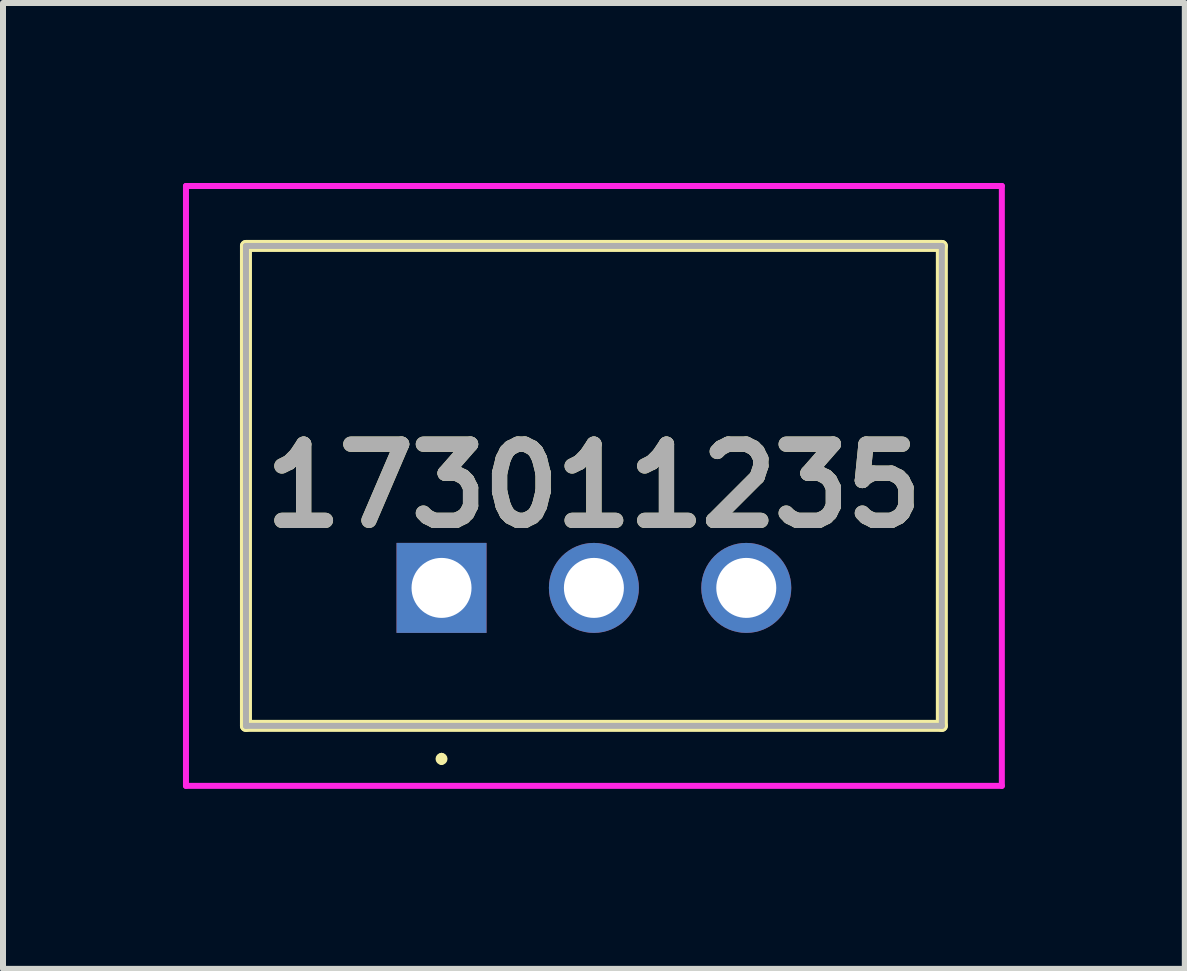
<source format=kicad_pcb>
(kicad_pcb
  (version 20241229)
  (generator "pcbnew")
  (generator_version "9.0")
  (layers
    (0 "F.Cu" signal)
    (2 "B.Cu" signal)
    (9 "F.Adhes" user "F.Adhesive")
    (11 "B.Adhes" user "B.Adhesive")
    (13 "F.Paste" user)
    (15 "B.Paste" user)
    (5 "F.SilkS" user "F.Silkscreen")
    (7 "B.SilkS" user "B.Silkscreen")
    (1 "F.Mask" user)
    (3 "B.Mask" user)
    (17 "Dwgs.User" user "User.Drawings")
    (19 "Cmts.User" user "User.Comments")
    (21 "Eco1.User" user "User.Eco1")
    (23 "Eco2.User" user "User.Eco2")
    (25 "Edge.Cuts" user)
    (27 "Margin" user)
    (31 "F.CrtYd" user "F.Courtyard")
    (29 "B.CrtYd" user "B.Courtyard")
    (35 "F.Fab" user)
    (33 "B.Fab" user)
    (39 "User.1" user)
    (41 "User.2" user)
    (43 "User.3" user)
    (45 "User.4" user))
  (footprint "173011235"
    (layer "F.Cu")
    (at 4.31 6.75)
    (property "Reference" "173011235" (at 2.54 -1.7 0) (layer "F.SilkS") (effects (font (size 1.27 1.27) (thickness 0.254))))
    (attr through_hole)
    (fp_line (start -3.26 -5.7) (end 8.34 -5.7) (stroke (width 0.2) (type solid)) (layer "F.SilkS"))
    (fp_line (start -3.26 2.3) (end -3.26 -5.7) (stroke (width 0.2) (type solid)) (layer "F.SilkS"))
    (fp_line (start 0 2.8) (end 0 2.8) (stroke (width 0.1) (type solid)) (layer "F.SilkS"))
    (fp_line (start 0 2.9) (end 0 2.9) (stroke (width 0.1) (type solid)) (layer "F.SilkS"))
    (fp_line (start 8.34 -5.7) (end 8.34 2.3) (stroke (width 0.2) (type solid)) (layer "F.SilkS"))
    (fp_line (start 8.34 2.3) (end -3.26 2.3) (stroke (width 0.2) (type solid)) (layer "F.SilkS"))
    (fp_arc (start 0 2.8) (mid 0.05 2.85) (end 0 2.9) (stroke (width 0.1) (type solid)) (layer "F.SilkS"))
    (fp_arc (start 0 2.9) (mid -0.05 2.85) (end 0 2.8) (stroke (width 0.1) (type solid)) (layer "F.SilkS"))
    (fp_line (start -4.26 -6.7) (end 9.34 -6.7) (stroke (width 0.1) (type solid)) (layer "F.CrtYd"))
    (fp_line (start -4.26 3.3) (end -4.26 -6.7) (stroke (width 0.1) (type solid)) (layer "F.CrtYd"))
    (fp_line (start 9.34 -6.7) (end 9.34 3.3) (stroke (width 0.1) (type solid)) (layer "F.CrtYd"))
    (fp_line (start 9.34 3.3) (end -4.26 3.3) (stroke (width 0.1) (type solid)) (layer "F.CrtYd"))
    (fp_line (start -3.26 -5.7) (end 8.34 -5.7) (stroke (width 0.1) (type solid)) (layer "F.Fab"))
    (fp_line (start -3.26 2.3) (end -3.26 -5.7) (stroke (width 0.1) (type solid)) (layer "F.Fab"))
    (fp_line (start 8.34 -5.7) (end 8.34 2.3) (stroke (width 0.1) (type solid)) (layer "F.Fab"))
    (fp_line (start 8.34 2.3) (end -3.26 2.3) (stroke (width 0.1) (type solid)) (layer "F.Fab"))
    (fp_text user "${REFERENCE}" (at 2.54 -1.7 0) (layer "F.Fab") (effects (font (size 1.27 1.27) (thickness 0.254))))
    (pad "1" thru_hole rect (at 0 0) (size 1.5 1.5) (drill 1) (layers "*.Cu" "*.Mask"))
    (pad "2" thru_hole circle (at 2.54 0) (size 1.5 1.5) (drill 1) (layers "*.Cu" "*.Mask"))
    (pad "3" thru_hole circle (at 5.08 0) (size 1.5 1.5) (drill 1) (layers "*.Cu" "*.Mask")))
  (gr_rect
    (start -3 -3)
    (end 16.7 13.1)
    (stroke (width 0.1) (type default))
    (fill no)
    (layer "Edge.Cuts")))
</source>
